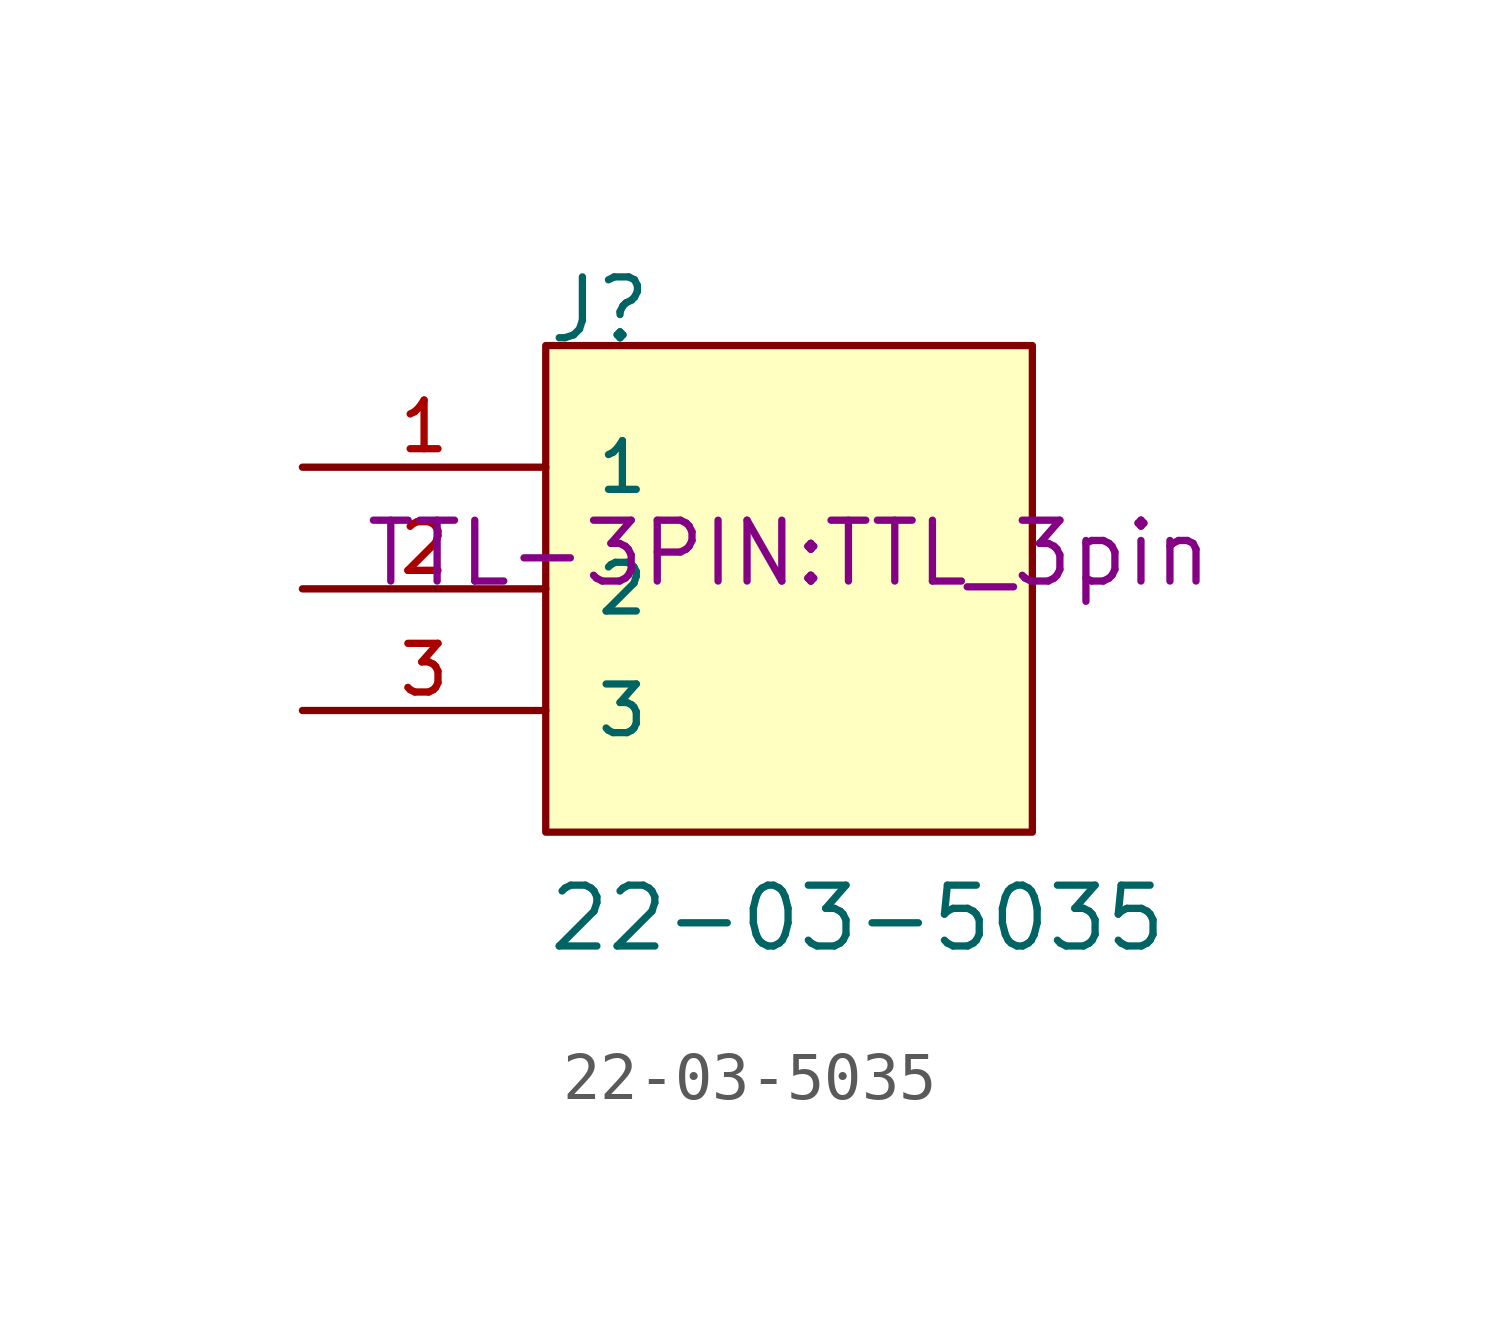
<source format=kicad_sym>
(kicad_symbol_lib
  (version 20211014)
  (generator kicad_symbol_editor)
  (symbol "22-03-5035"
    (pin_names
      (offset 1.016))
    (property "Reference" "J"
      (at -5.08 5.08 0)
      (effects (font (size 1.27 1.27)) (justify left bottom)))
    (property "Value" "22-03-5035"
      (at -5.08 -7.62 0)
      (effects (font (size 1.27 1.27)) (justify left bottom)))
    (property "Footprint" "TTL-3PIN:TTL_3pin"
      (at 0 0 0)
      (effects (font (size 1.27 1.27)) (justify bottom)))
    (symbol "22-03-5035_0_0"
      (rectangle (start -5.08 -5.08) (end 5.08 5.08) (stroke (width 0.152) (type default) (color 0 0 0 0)) (fill (type background)))
      (pin passive line (at -10.16 2.54 0) (length 5.08) (name "1" (effects (font (size 1.016 1.016)))) (number "1" (effects (font (size 1.016 1.016)))))
      (pin passive line (at -10.16 0 0) (length 5.08) (name "2" (effects (font (size 1.016 1.016)))) (number "2" (effects (font (size 1.016 1.016)))))
      (pin passive line (at -10.16 -2.54 0) (length 5.08) (name "3" (effects (font (size 1.016 1.016)))) (number "3" (effects (font (size 1.016 1.016))))))))
</source>
